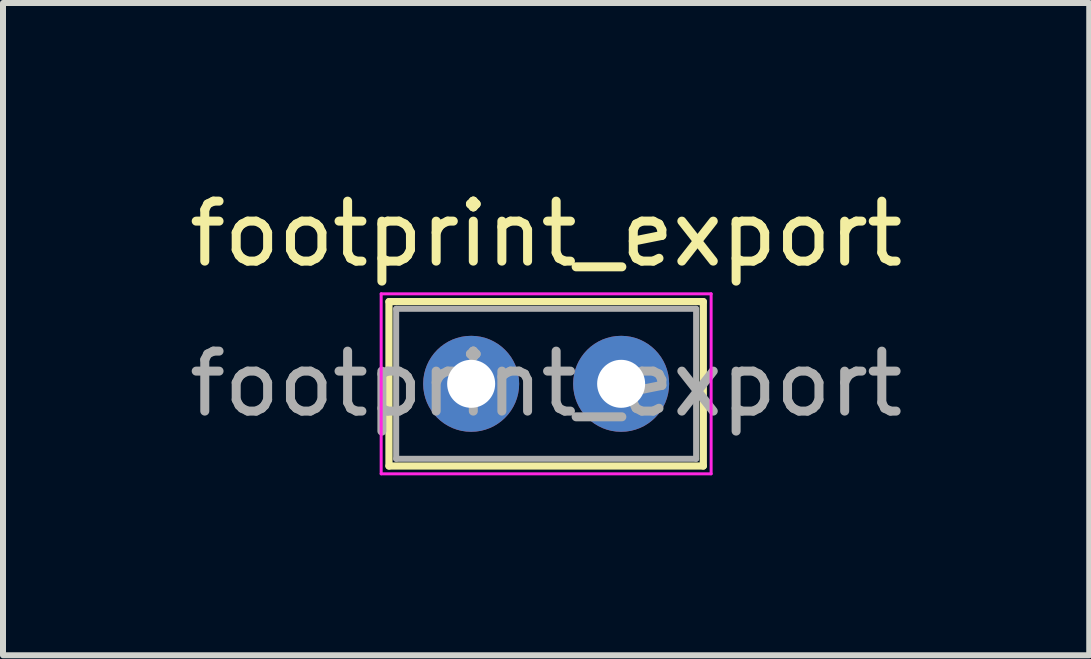
<source format=kicad_pcb>
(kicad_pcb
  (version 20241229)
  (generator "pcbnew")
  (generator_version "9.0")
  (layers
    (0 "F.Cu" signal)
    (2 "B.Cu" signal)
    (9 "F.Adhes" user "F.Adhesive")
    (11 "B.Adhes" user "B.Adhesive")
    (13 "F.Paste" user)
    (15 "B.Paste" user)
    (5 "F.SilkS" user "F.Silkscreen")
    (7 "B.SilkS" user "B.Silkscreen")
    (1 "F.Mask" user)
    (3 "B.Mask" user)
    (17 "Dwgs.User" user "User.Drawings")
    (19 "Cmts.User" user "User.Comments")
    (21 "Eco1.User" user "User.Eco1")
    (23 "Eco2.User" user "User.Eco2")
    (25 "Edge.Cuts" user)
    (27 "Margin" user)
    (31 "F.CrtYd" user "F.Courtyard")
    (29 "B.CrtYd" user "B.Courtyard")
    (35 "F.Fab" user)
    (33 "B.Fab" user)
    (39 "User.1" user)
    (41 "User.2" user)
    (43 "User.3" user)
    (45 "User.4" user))
  (footprint "footprint_export"
    (layer "F.Cu")
    (at 4.804 3.348)
    (property "Reference" "footprint_export" (at 1.25 -2.5 0) (layer "F.SilkS") (effects (font (size 1 1) (thickness 0.15))))
    (attr through_hole)
    (fp_line (start -1.37 -1.37) (end -1.37 1.37) (stroke (width 0.12) (type solid)) (layer "F.SilkS"))
    (fp_line (start -1.37 -1.37) (end 3.87 -1.37) (stroke (width 0.12) (type solid)) (layer "F.SilkS"))
    (fp_line (start -1.37 1.37) (end 3.87 1.37) (stroke (width 0.12) (type solid)) (layer "F.SilkS"))
    (fp_line (start 3.87 -1.37) (end 3.87 1.37) (stroke (width 0.12) (type solid)) (layer "F.SilkS"))
    (fp_line (start -1.5 -1.5) (end -1.5 1.5) (stroke (width 0.05) (type solid)) (layer "F.CrtYd"))
    (fp_line (start -1.5 1.5) (end 4 1.5) (stroke (width 0.05) (type solid)) (layer "F.CrtYd"))
    (fp_line (start 4 -1.5) (end -1.5 -1.5) (stroke (width 0.05) (type solid)) (layer "F.CrtYd"))
    (fp_line (start 4 1.5) (end 4 -1.5) (stroke (width 0.05) (type solid)) (layer "F.CrtYd"))
    (fp_line (start -1.25 -1.25) (end -1.25 1.25) (stroke (width 0.1) (type solid)) (layer "F.Fab"))
    (fp_line (start -1.25 1.25) (end 3.75 1.25) (stroke (width 0.1) (type solid)) (layer "F.Fab"))
    (fp_line (start 3.75 -1.25) (end -1.25 -1.25) (stroke (width 0.1) (type solid)) (layer "F.Fab"))
    (fp_line (start 3.75 1.25) (end 3.75 -1.25) (stroke (width 0.1) (type solid)) (layer "F.Fab"))
    (fp_text user "${REFERENCE}" (at 1.25 0 0) (layer "F.Fab") (effects (font (size 1 1) (thickness 0.15))))
    (pad "1" thru_hole circle (at 0 0) (size 1.6 1.6) (drill 0.8) (layers "*.Cu" "*.Mask"))
    (pad "2" thru_hole circle (at 2.5 0) (size 1.6 1.6) (drill 0.8) (layers "*.Cu" "*.Mask")))
  (gr_rect
    (start -3 -3)
    (end 15.107 7.873)
    (stroke (width 0.1) (type default))
    (fill no)
    (layer "Edge.Cuts")))
</source>
